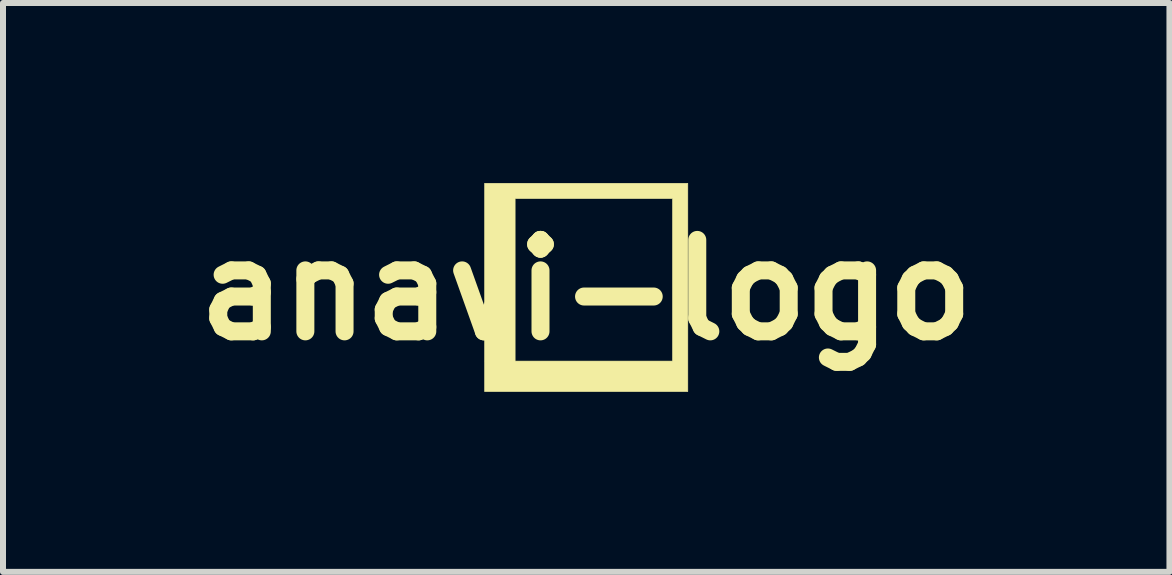
<source format=kicad_pcb>
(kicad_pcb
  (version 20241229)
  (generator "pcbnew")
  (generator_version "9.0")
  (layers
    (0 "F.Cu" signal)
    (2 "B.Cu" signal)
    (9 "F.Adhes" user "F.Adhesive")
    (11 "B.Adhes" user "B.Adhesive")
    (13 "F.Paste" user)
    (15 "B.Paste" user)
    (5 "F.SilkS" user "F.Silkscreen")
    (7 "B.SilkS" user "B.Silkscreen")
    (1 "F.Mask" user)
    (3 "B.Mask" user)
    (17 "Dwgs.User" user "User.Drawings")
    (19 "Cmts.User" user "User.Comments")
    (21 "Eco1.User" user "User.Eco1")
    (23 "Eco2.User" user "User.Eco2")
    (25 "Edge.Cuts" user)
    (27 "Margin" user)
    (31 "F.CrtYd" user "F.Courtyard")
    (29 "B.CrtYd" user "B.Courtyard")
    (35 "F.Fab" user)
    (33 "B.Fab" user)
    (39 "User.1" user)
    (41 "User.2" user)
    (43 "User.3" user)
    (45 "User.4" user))
  (footprint "anavi-logo"
    (layer "F.Cu")
    (at 6.72 1.783)
    (property "Reference" "anavi-logo" (at 0 0 0) (layer "F.SilkS") (effects (font (size 1.524 1.524) (thickness 0.3))))
    (attr through_hole)
    (fp_poly (pts (xy 1.693 1.693) (xy -1.693 1.693) (xy -1.693 -1.524) (xy -1.185 -1.524) (xy -1.185 1.185) (xy 1.439 1.185) (xy 1.439 -1.524) (xy -1.185 -1.524) (xy -1.693 -1.524) (xy -1.693 -1.778) (xy 1.693 -1.778) (xy 1.693 1.693)) (stroke (width 0.01) (type solid)) (fill yes) (layer "F.SilkS")))
  (gr_rect
    (start -3 -3)
    (end 16.44 6.481)
    (stroke (width 0.1) (type default))
    (fill no)
    (layer "Edge.Cuts")))
</source>
